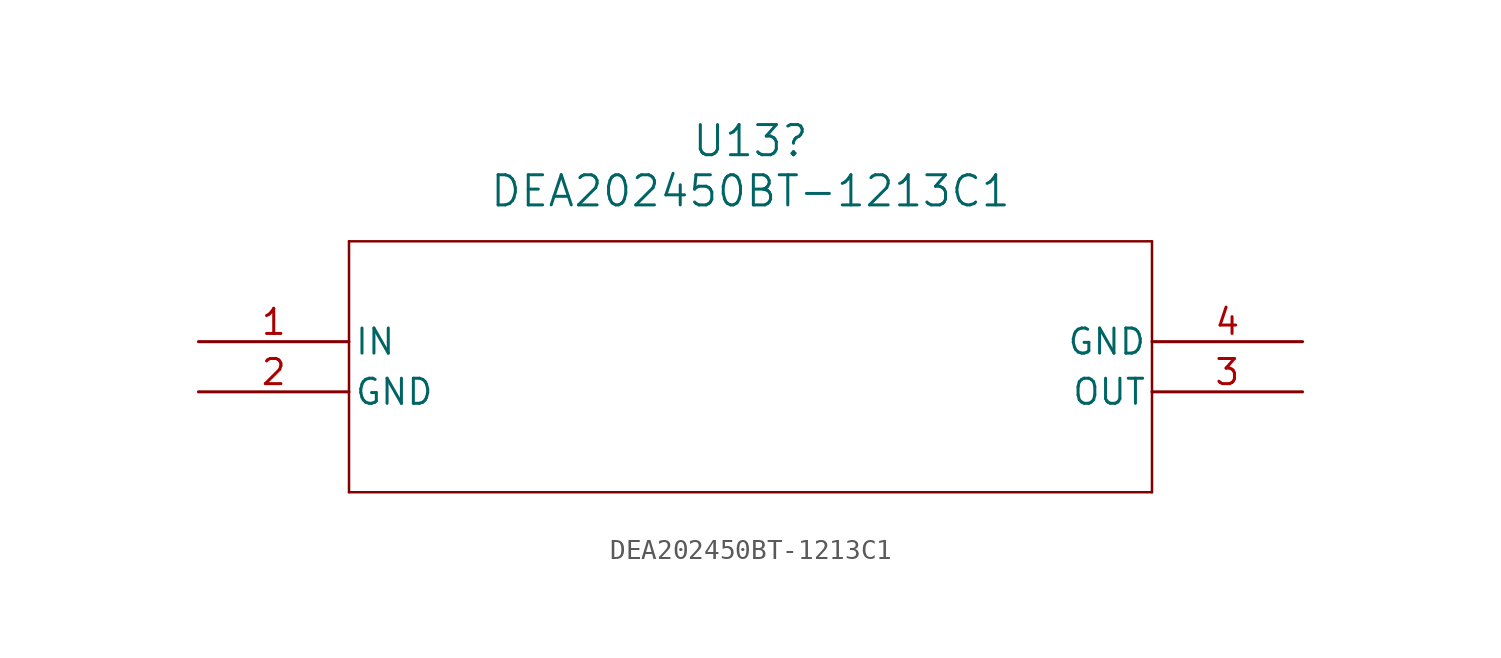
<source format=kicad_sym>
(kicad_symbol_lib
  (version 20231120)
  (generator "kicad_symbol_editor")
  (generator_version "8.0")
  (symbol "DEA202450BT-1213C1"
    (pin_names
      (offset 0.254))
    (property "Reference" "U13"
      (at 27.94 10.16 0)
      (effects (font (size 1.524 1.524))))
    (property "Value" "DEA202450BT-1213C1"
      (at 27.94 7.62 0)
      (effects (font (size 1.524 1.524))))
    (property "ki_locked" ""
      (at 0 0 0)
      (effects (font (size 1.27 1.27))))
    (symbol "DEA202450BT-1213C1_1_1"
      (polyline (pts (xy 7.62 -7.62) (xy 48.26 -7.62)) (stroke (width 0.127) (type default)) (fill (type none)))
      (polyline (pts (xy 7.62 5.08) (xy 7.62 -7.62)) (stroke (width 0.127) (type default)) (fill (type none)))
      (polyline (pts (xy 48.26 -7.62) (xy 48.26 5.08)) (stroke (width 0.127) (type default)) (fill (type none)))
      (polyline (pts (xy 48.26 5.08) (xy 7.62 5.08)) (stroke (width 0.127) (type default)) (fill (type none)))
      (pin input line (at 0 0 0) (length 7.62) (name "IN" (effects (font (size 1.27 1.27)))) (number "1" (effects (font (size 1.27 1.27)))))
      (pin power_in line (at 0 -2.54 0) (length 7.62) (name "GND" (effects (font (size 1.27 1.27)))) (number "2" (effects (font (size 1.27 1.27)))))
      (pin output line (at 55.88 -2.54 180) (length 7.62) (name "OUT" (effects (font (size 1.27 1.27)))) (number "3" (effects (font (size 1.27 1.27)))))
      (pin power_in line (at 55.88 0 180) (length 7.62) (name "GND" (effects (font (size 1.27 1.27)))) (number "4" (effects (font (size 1.27 1.27))))))))
</source>
